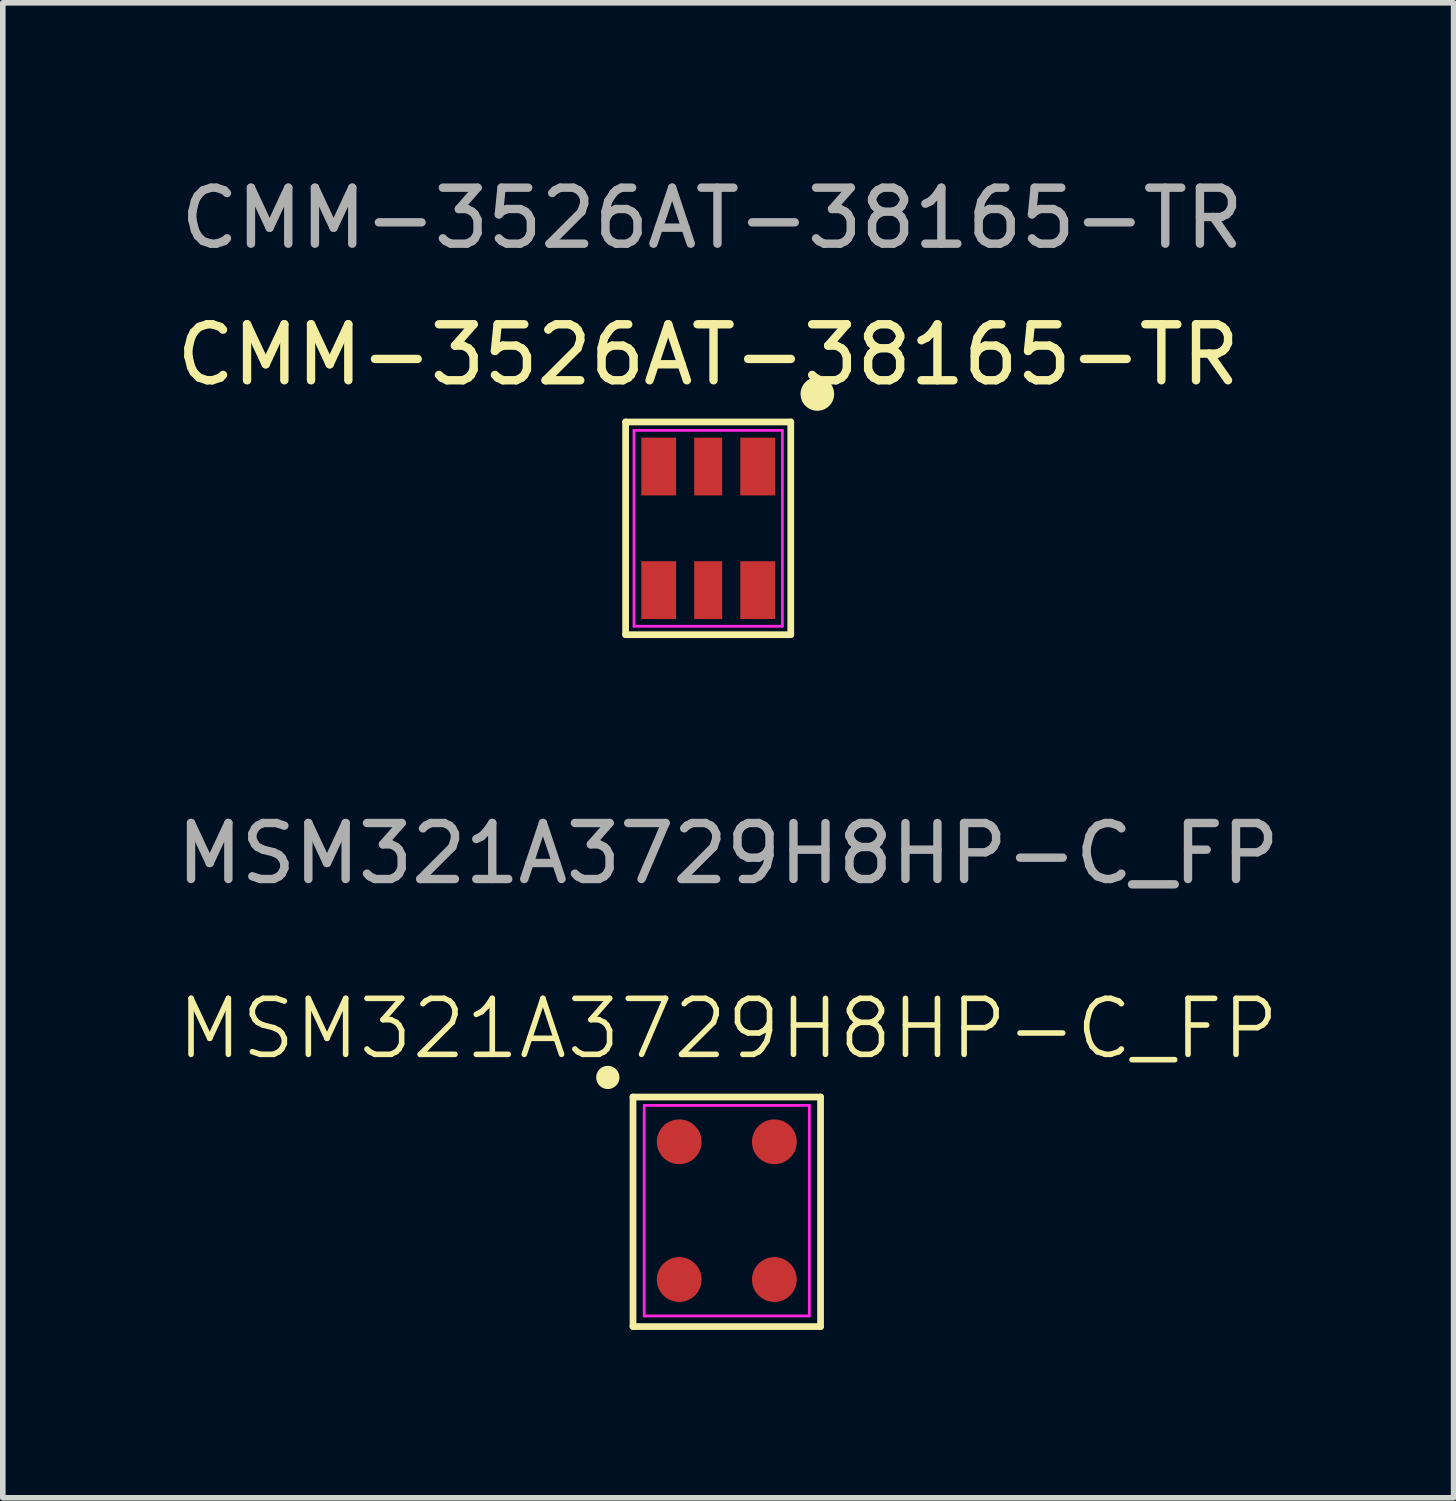
<source format=kicad_pcb>
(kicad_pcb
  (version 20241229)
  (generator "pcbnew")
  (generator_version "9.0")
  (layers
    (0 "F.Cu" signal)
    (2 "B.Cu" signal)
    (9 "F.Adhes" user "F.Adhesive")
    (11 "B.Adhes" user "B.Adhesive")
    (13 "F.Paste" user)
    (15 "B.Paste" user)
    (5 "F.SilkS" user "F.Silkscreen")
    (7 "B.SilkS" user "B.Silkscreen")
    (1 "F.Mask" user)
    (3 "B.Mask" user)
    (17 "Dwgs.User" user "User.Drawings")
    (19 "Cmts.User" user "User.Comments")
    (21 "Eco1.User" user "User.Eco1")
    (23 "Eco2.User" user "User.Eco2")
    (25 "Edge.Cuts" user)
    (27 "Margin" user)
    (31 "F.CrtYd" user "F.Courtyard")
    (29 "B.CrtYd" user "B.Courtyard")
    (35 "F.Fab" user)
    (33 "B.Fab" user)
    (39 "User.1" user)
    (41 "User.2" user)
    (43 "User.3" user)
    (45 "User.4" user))
  (footprint "CMM-3526AT-38165-TR"
    (layer "F.Cu")
    (at 9.601 6.388)
    (property "Reference" "CMM-3526AT-38165-TR" (at 0 -3.1 0) (layer "F.SilkS") (effects (font (size 1 1) (thickness 0.15))))
    (attr smd)
    (fp_line (start -1.475 -1.9) (end -1.475 1.9) (stroke (width 0.12) (type default)) (layer "F.SilkS"))
    (fp_line (start -1.475 -1.9) (end 1.475 -1.9) (stroke (width 0.12) (type default)) (layer "F.SilkS"))
    (fp_line (start 1.475 -1.9) (end 1.475 1.9) (stroke (width 0.12) (type default)) (layer "F.SilkS"))
    (fp_line (start 1.475 1.9) (end -1.475 1.9) (stroke (width 0.12) (type default)) (layer "F.SilkS"))
    (fp_circle (center 1.95 -2.4) (end 2.2 -2.4) (stroke (width 0.1) (type solid)) (fill yes) (layer "F.SilkS"))
    (fp_line (start -1.325 -1.75) (end 1.325 -1.75) (stroke (width 0.05) (type default)) (layer "F.CrtYd"))
    (fp_line (start -1.325 1.75) (end -1.325 -1.75) (stroke (width 0.05) (type default)) (layer "F.CrtYd"))
    (fp_line (start 1.325 -1.75) (end 1.325 1.75) (stroke (width 0.05) (type default)) (layer "F.CrtYd"))
    (fp_line (start 1.325 1.75) (end -1.325 1.75) (stroke (width 0.05) (type default)) (layer "F.CrtYd"))
    (fp_text user "${REFERENCE}" (at 0.07 -5.54 0) (layer "F.Fab") (effects (font (size 1 1) (thickness 0.15))))
    (pad "1" smd rect (at 0.884 -1.104) (size 0.622 1.032) (layers "F.Cu" "F.Mask" "F.Paste"))
    (pad "2" smd rect (at 0 -1.104) (size 0.5 1.032) (layers "F.Cu" "F.Mask" "F.Paste"))
    (pad "3" smd rect (at -0.884 -1.104) (size 0.622 1.032) (layers "F.Cu" "F.Mask" "F.Paste"))
    (pad "4" smd rect (at -0.884 1.104) (size 0.622 1.032) (layers "F.Cu" "F.Mask" "F.Paste"))
    (pad "5" smd rect (at 0 1.104) (size 0.5 1.032) (layers "F.Cu" "F.Mask" "F.Paste"))
    (pad "6" smd rect (at 0.884 1.104) (size 0.622 1.032) (layers "F.Cu" "F.Mask" "F.Paste")))
  (footprint "MSM321A3729H8HP-C_FP"
    (layer "F.Cu")
    (at 9.958 18.697)
    (property "Reference" "MSM321A3729H8HP-C_FP" (at 0 -3.37 0) (unlocked yes) (layer "F.SilkS") (effects (font (size 1 1) (thickness 0.1))))
    (attr smd)
    (fp_line (start -1.7 -2.15) (end -1.7 1.95) (stroke (width 0.12) (type default)) (layer "F.SilkS"))
    (fp_line (start -1.7 -2.15) (end 1.65 -2.15) (stroke (width 0.12) (type default)) (layer "F.SilkS"))
    (fp_line (start -1.7 1.95) (end 1.65 1.95) (stroke (width 0.12) (type default)) (layer "F.SilkS"))
    (fp_line (start 1.65 -2.15) (end 1.65 1.95) (stroke (width 0.12) (type default)) (layer "F.SilkS"))
    (fp_circle (center -2.15 -2.5) (end -1.992 -2.5) (stroke (width 0.1) (type solid)) (fill yes) (layer "F.SilkS"))
    (fp_line (start -1.5 -2) (end 1.45 -2) (stroke (width 0.05) (type default)) (layer "F.CrtYd"))
    (fp_line (start -1.5 1.76) (end -1.5 -2) (stroke (width 0.05) (type default)) (layer "F.CrtYd"))
    (fp_line (start 1.45 -2) (end 1.45 1.76) (stroke (width 0.05) (type default)) (layer "F.CrtYd"))
    (fp_line (start 1.45 1.76) (end -1.5 1.76) (stroke (width 0.05) (type default)) (layer "F.CrtYd"))
    (fp_text user "${REFERENCE}" (at 0 -6.5 0) (layer "F.Fab") (effects (font (size 1 1) (thickness 0.15))))
    (pad "1" smd circle (at -0.875 -1.35) (size 0.8 0.8) (layers "F.Cu" "F.Mask" "F.Paste"))
    (pad "2" smd circle (at -0.875 1.11) (size 0.8 0.8) (layers "F.Cu" "F.Mask" "F.Paste"))
    (pad "3" smd circle (at 0.825 -1.35) (size 0.8 0.8) (layers "F.Cu" "F.Mask" "F.Paste"))
    (pad "4" smd circle (at 0.825 1.11) (size 0.8 0.8) (layers "F.Cu" "F.Mask" "F.Paste")))
  (gr_rect
    (start -3 -3)
    (end 22.917 23.706)
    (stroke (width 0.1) (type default))
    (fill no)
    (layer "Edge.Cuts")))
</source>
